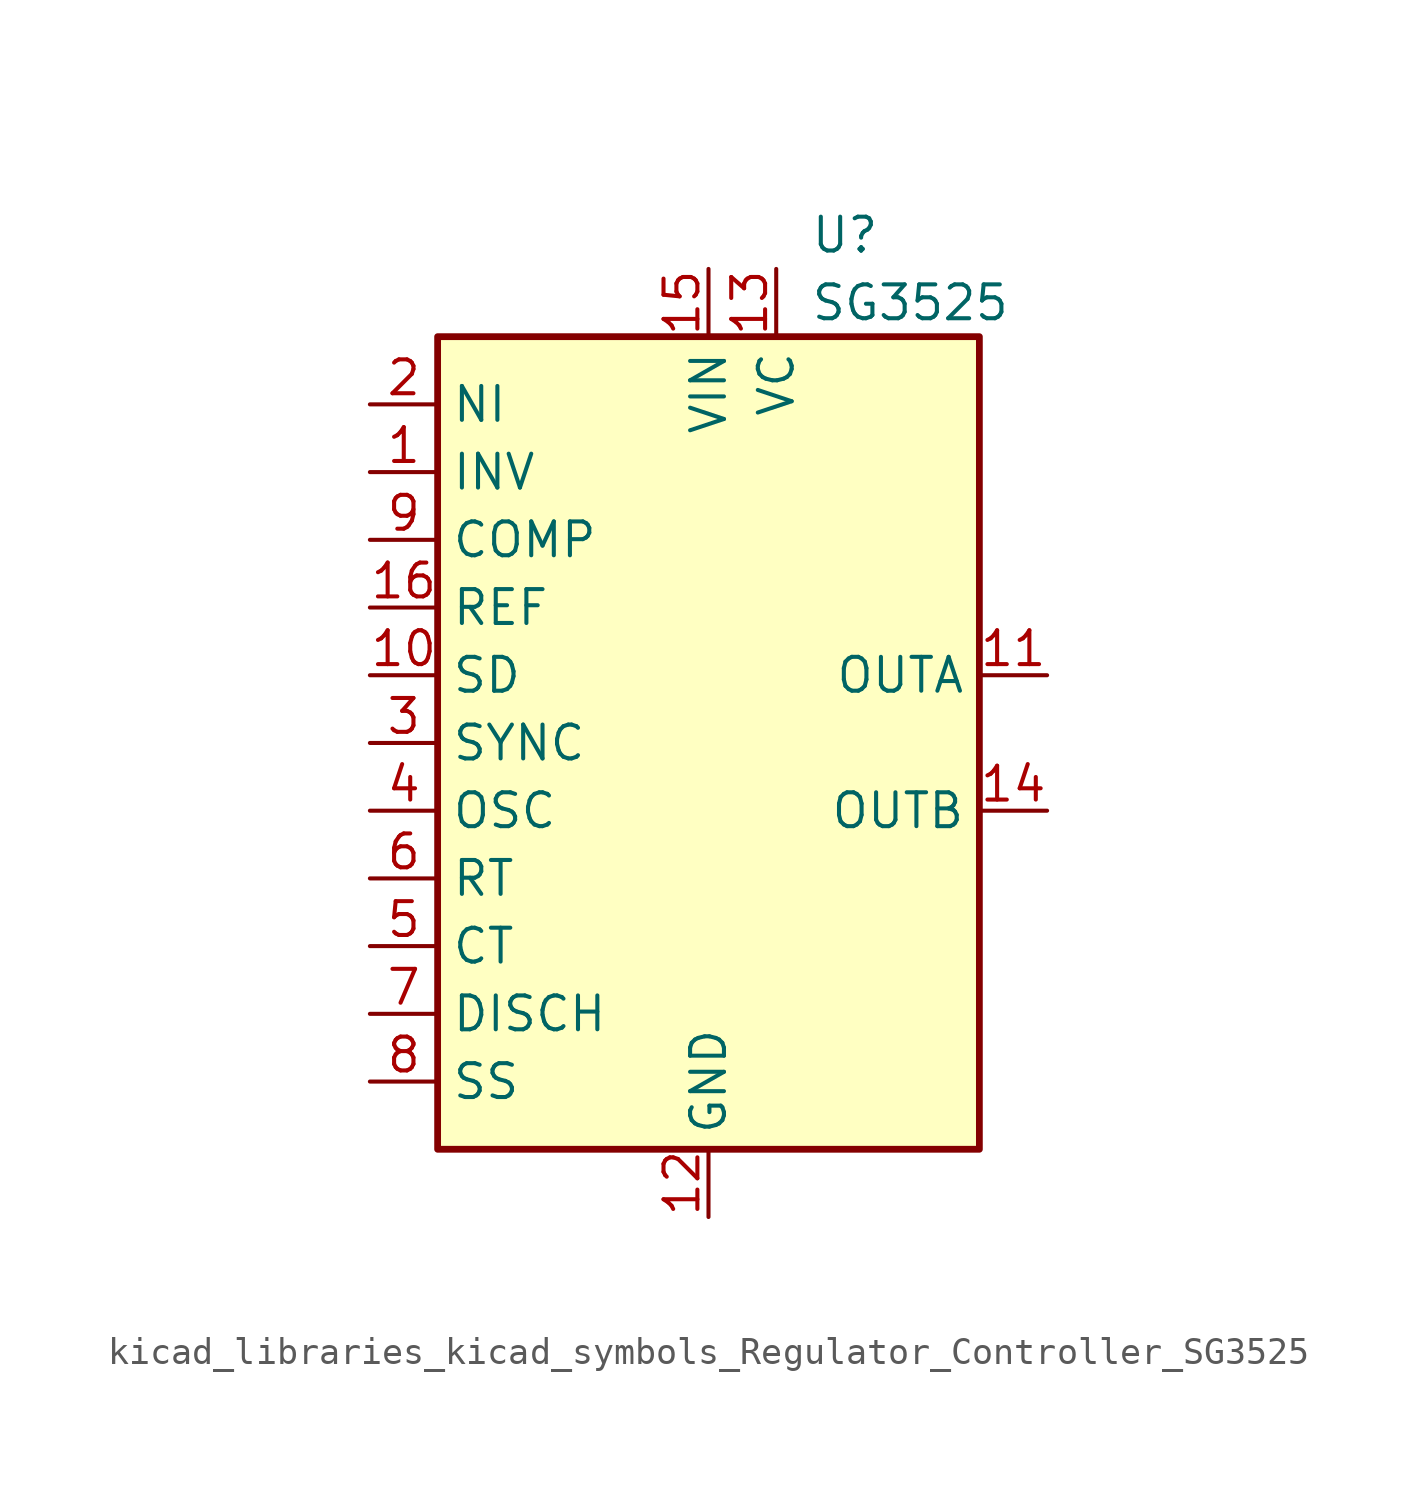
<source format=kicad_sym>
(kicad_symbol_lib
  (version 20220914)
  (generator kicad_symbol_editor)
  (symbol "kicad_libraries_kicad_symbols_Regulator_Controller_SG3525"
    (property "Reference" "U"
      (at 3.81 19.05 0)
      (effects (font (size 1.27 1.27)) (justify left)))
    (property "Value" "SG3525"
      (at 3.81 16.51 0)
      (effects (font (size 1.27 1.27)) (justify left)))
    (symbol "kicad_libraries_kicad_symbols_Regulator_Controller_SG3525_0_1"
      (rectangle (start -10.16 -15.24) (end 10.16 15.24) (stroke (width 0.254) (type default)) (fill (type background))))
    (symbol "kicad_libraries_kicad_symbols_Regulator_Controller_SG3525_1_1"
      (pin input line (at -12.7 10.16 0) (length 2.54) (name "INV" (effects (font (size 1.27 1.27)))) (number "1" (effects (font (size 1.27 1.27)))))
      (pin passive line (at -12.7 2.54 0) (length 2.54) (name "SD" (effects (font (size 1.27 1.27)))) (number "10" (effects (font (size 1.27 1.27)))))
      (pin output line (at 12.7 2.54 180) (length 2.54) (name "OUTA" (effects (font (size 1.27 1.27)))) (number "11" (effects (font (size 1.27 1.27)))))
      (pin power_in line (at 0 -17.78 90) (length 2.54) (name "GND" (effects (font (size 1.27 1.27)))) (number "12" (effects (font (size 1.27 1.27)))))
      (pin power_in line (at 2.54 17.78 270) (length 2.54) (name "VC" (effects (font (size 1.27 1.27)))) (number "13" (effects (font (size 1.27 1.27)))))
      (pin output line (at 12.7 -2.54 180) (length 2.54) (name "OUTB" (effects (font (size 1.27 1.27)))) (number "14" (effects (font (size 1.27 1.27)))))
      (pin power_in line (at 0 17.78 270) (length 2.54) (name "VIN" (effects (font (size 1.27 1.27)))) (number "15" (effects (font (size 1.27 1.27)))))
      (pin power_in line (at -12.7 5.08 0) (length 2.54) (name "REF" (effects (font (size 1.27 1.27)))) (number "16" (effects (font (size 1.27 1.27)))))
      (pin input line (at -12.7 12.7 0) (length 2.54) (name "NI" (effects (font (size 1.27 1.27)))) (number "2" (effects (font (size 1.27 1.27)))))
      (pin passive line (at -12.7 0 0) (length 2.54) (name "SYNC" (effects (font (size 1.27 1.27)))) (number "3" (effects (font (size 1.27 1.27)))))
      (pin output line (at -12.7 -2.54 0) (length 2.54) (name "OSC" (effects (font (size 1.27 1.27)))) (number "4" (effects (font (size 1.27 1.27)))))
      (pin passive line (at -12.7 -7.62 0) (length 2.54) (name "CT" (effects (font (size 1.27 1.27)))) (number "5" (effects (font (size 1.27 1.27)))))
      (pin passive line (at -12.7 -5.08 0) (length 2.54) (name "RT" (effects (font (size 1.27 1.27)))) (number "6" (effects (font (size 1.27 1.27)))))
      (pin open_collector line (at -12.7 -10.16 0) (length 2.54) (name "DISCH" (effects (font (size 1.27 1.27)))) (number "7" (effects (font (size 1.27 1.27)))))
      (pin passive line (at -12.7 -12.7 0) (length 2.54) (name "SS" (effects (font (size 1.27 1.27)))) (number "8" (effects (font (size 1.27 1.27)))))
      (pin passive line (at -12.7 7.62 0) (length 2.54) (name "COMP" (effects (font (size 1.27 1.27)))) (number "9" (effects (font (size 1.27 1.27))))))))
</source>
